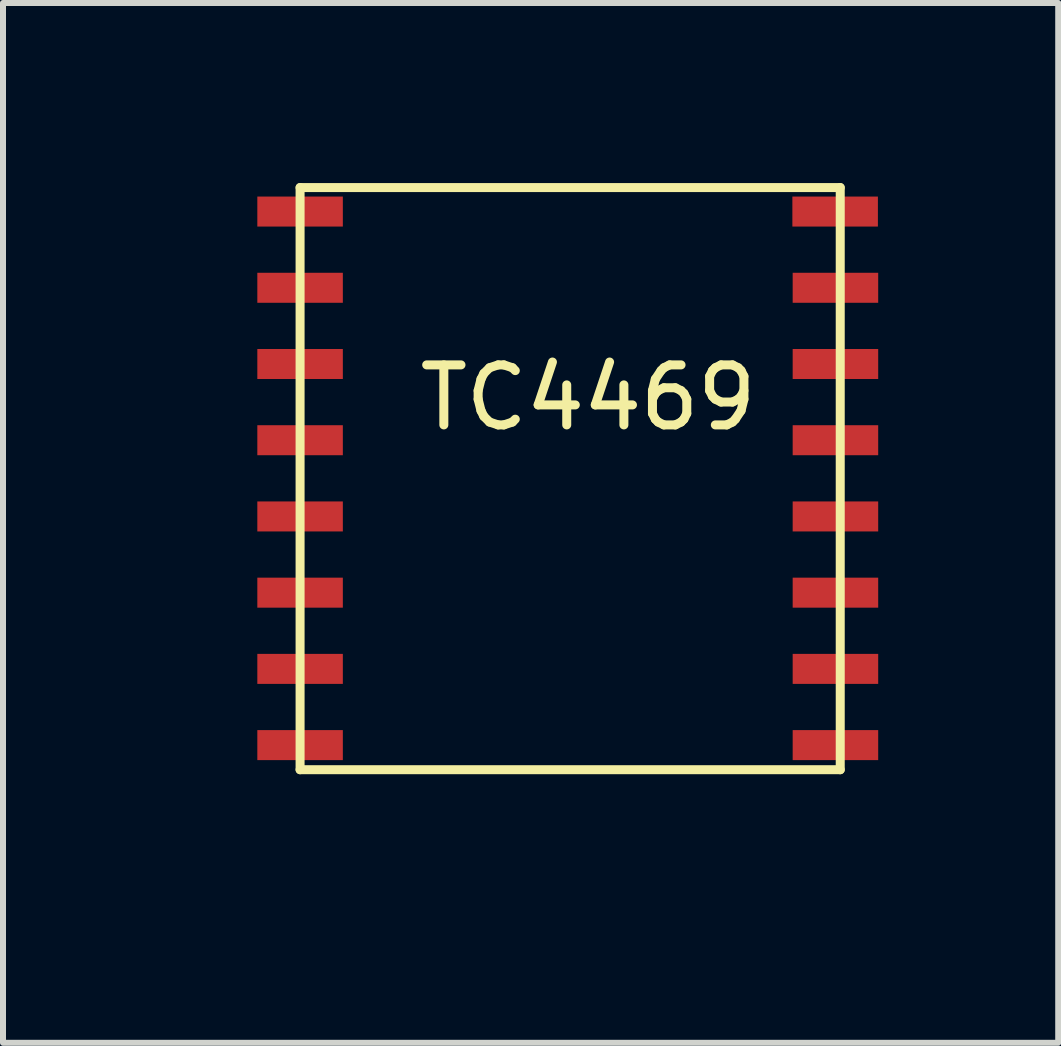
<source format=kicad_pcb>
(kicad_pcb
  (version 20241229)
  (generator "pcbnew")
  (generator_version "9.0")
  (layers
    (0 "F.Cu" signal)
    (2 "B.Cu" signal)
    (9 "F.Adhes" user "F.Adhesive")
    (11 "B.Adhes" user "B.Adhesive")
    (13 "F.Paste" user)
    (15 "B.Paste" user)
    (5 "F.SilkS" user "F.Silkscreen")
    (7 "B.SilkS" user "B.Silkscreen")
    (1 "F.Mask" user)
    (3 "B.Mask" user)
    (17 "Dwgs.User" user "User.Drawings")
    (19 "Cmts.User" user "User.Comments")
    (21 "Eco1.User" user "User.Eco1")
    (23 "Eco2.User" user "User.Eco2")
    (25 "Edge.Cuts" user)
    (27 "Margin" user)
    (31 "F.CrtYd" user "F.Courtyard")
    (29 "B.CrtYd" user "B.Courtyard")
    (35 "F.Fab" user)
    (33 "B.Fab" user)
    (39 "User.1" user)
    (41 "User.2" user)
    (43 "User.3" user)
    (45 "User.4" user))
  (footprint "TC4469"
    (layer "F.Cu")
    (at 0.25 11.075)
    (property "Reference" "TC4469" (at 6.5 -7.5 0) (layer "F.SilkS") (effects (font (size 1 1) (thickness 0.15))))
    (attr through_hole)
    (fp_line (start 1.7 -11) (end 1.7 -1.3) (stroke (width 0.15) (type solid)) (layer "F.SilkS"))
    (fp_line (start 1.7 -1.3) (end 10.7 -1.3) (stroke (width 0.15) (type solid)) (layer "F.SilkS"))
    (fp_line (start 10.7 -11) (end 1.7 -11) (stroke (width 0.15) (type solid)) (layer "F.SilkS"))
    (fp_line (start 10.7 -1.3) (end 10.7 -11) (stroke (width 0.15) (type solid)) (layer "F.SilkS"))
    (pad "1" smd rect (at 1.7 -10.6) (size 1.425 0.5) (layers "F.Cu" "F.Mask" "F.Paste"))
    (pad "2" smd rect (at 1.7 -9.33) (size 1.425 0.5) (layers "F.Cu" "F.Mask" "F.Paste"))
    (pad "3" smd rect (at 1.7 -8.06) (size 1.425 0.5) (layers "F.Cu" "F.Mask" "F.Paste"))
    (pad "4" smd rect (at 1.7 -6.79) (size 1.425 0.5) (layers "F.Cu" "F.Mask" "F.Paste"))
    (pad "5" smd rect (at 1.7 -5.52) (size 1.425 0.5) (layers "F.Cu" "F.Mask" "F.Paste"))
    (pad "6" smd rect (at 1.7 -4.25) (size 1.425 0.5) (layers "F.Cu" "F.Mask" "F.Paste"))
    (pad "7" smd rect (at 1.7 -2.98) (size 1.425 0.5) (layers "F.Cu" "F.Mask" "F.Paste"))
    (pad "8" smd rect (at 1.7 -1.71) (size 1.425 0.5) (layers "F.Cu" "F.Mask" "F.Paste"))
    (pad "9" smd rect (at 10.62 -1.71) (size 1.425 0.5) (layers "F.Cu" "F.Mask" "F.Paste"))
    (pad "10" smd rect (at 10.62 -2.98) (size 1.425 0.5) (layers "F.Cu" "F.Mask" "F.Paste"))
    (pad "11" smd rect (at 10.62 -4.25) (size 1.425 0.5) (layers "F.Cu" "F.Mask" "F.Paste"))
    (pad "12" smd rect (at 10.62 -5.52) (size 1.425 0.5) (layers "F.Cu" "F.Mask" "F.Paste"))
    (pad "13" smd rect (at 10.62 -6.79) (size 1.425 0.5) (layers "F.Cu" "F.Mask" "F.Paste"))
    (pad "14" smd rect (at 10.62 -8.06) (size 1.425 0.5) (layers "F.Cu" "F.Mask" "F.Paste"))
    (pad "15" smd rect (at 10.62 -9.33) (size 1.425 0.5) (layers "F.Cu" "F.Mask" "F.Paste"))
    (pad "16" smd rect (at 10.615 -10.6) (size 1.425 0.5) (layers "F.Cu" "F.Mask" "F.Paste")))
  (gr_rect
    (start -3 -3)
    (end 14.582 14.325)
    (stroke (width 0.1) (type default))
    (fill no)
    (layer "Edge.Cuts")))
</source>
